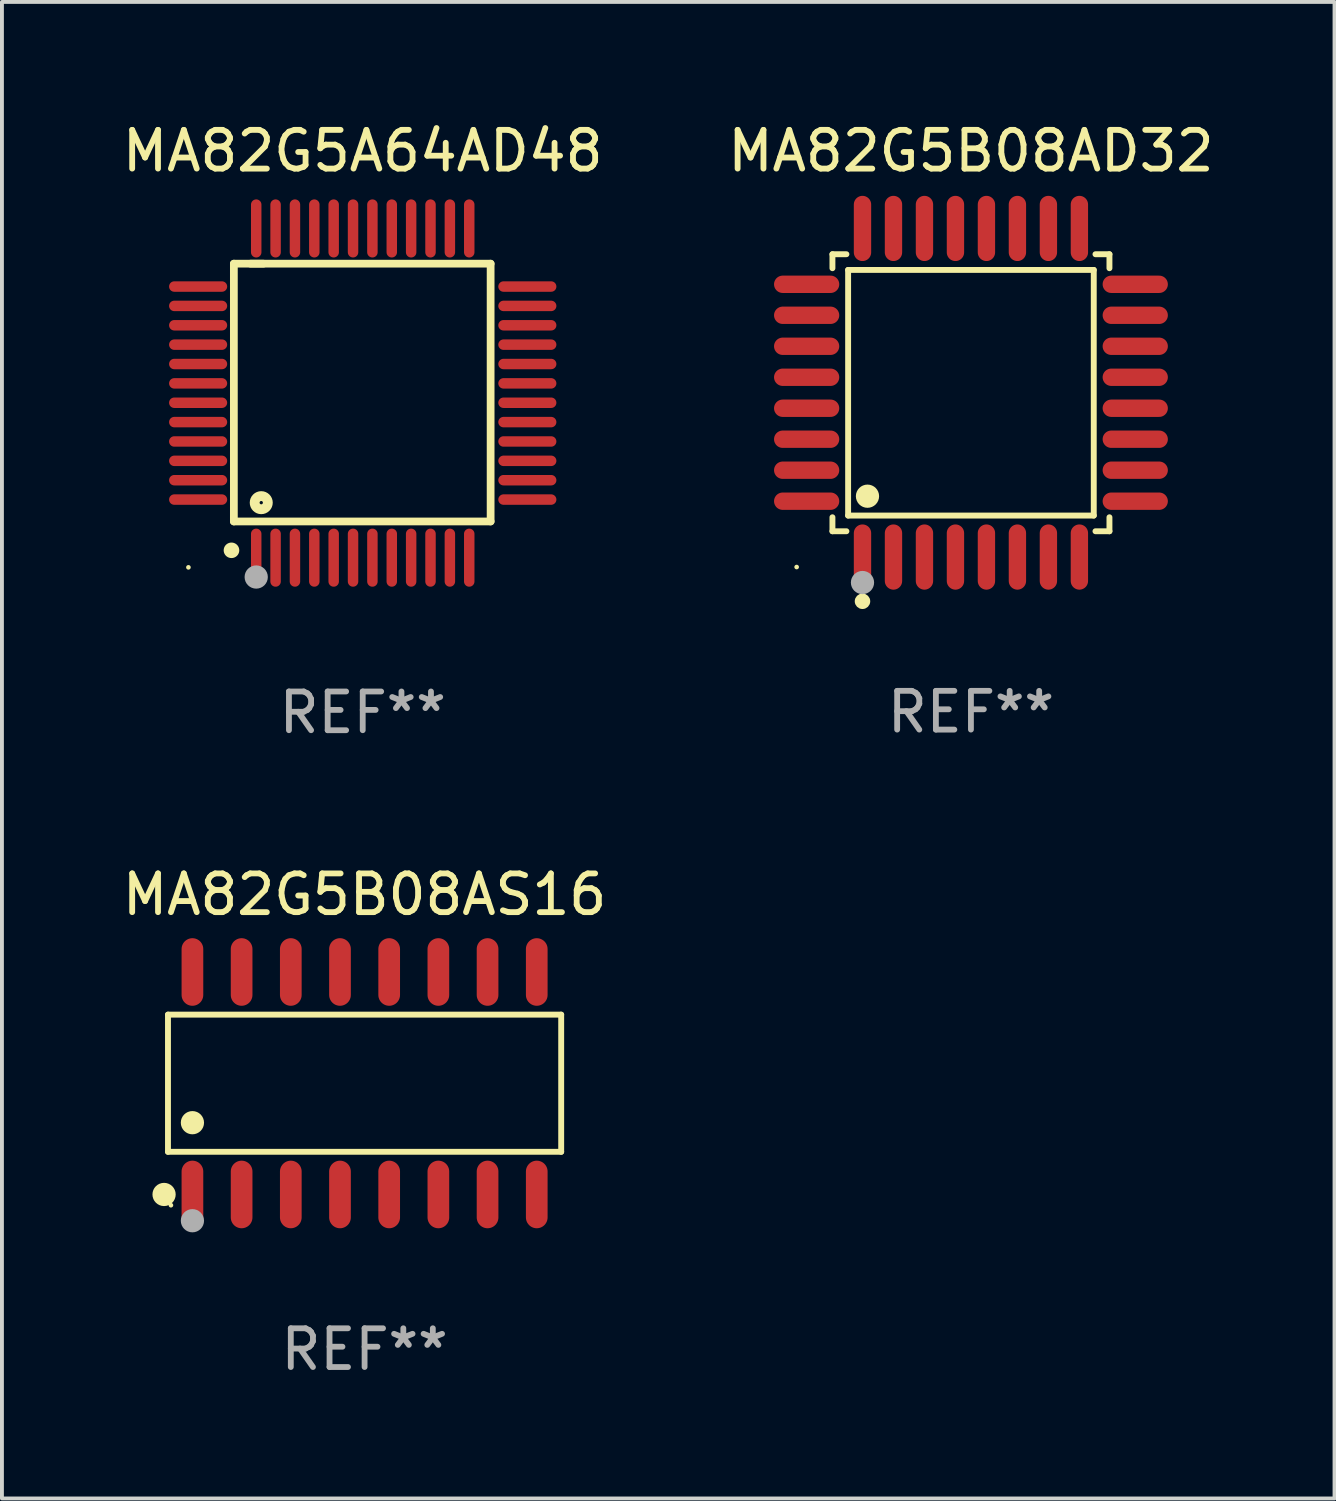
<source format=kicad_pcb>
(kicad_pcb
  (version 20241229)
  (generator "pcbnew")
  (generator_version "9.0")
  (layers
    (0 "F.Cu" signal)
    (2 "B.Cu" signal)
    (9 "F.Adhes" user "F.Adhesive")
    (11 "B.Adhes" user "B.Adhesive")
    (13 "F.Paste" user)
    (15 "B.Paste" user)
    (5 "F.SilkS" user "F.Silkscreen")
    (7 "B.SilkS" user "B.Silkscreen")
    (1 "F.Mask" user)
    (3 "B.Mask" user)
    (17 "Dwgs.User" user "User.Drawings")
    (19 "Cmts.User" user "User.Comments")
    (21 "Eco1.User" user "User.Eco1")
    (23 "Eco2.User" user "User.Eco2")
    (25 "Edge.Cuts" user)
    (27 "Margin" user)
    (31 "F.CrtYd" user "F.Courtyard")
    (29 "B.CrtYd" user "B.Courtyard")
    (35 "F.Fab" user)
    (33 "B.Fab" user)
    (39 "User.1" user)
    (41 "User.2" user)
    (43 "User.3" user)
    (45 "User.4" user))
  (footprint "MA82G5A64AD48"
    (layer "F.Cu")
    (at 6.315 7.098)
    (property "Reference" "MA82G5A64AD48" (at 0 -6.25 0) (layer "F.SilkS") (effects (font (size 1 1) (thickness 0.15))))
    (attr through_hole)
    (fp_line (start -3.327 -3.34) (end -2.565 -3.34) (stroke (width 0.2) (type solid)) (layer "F.SilkS"))
    (fp_line (start -3.327 3.315) (end -3.327 -3.34) (stroke (width 0.2) (type solid)) (layer "F.SilkS"))
    (fp_line (start -2.896 -3.34) (end 3.302 -3.34) (stroke (width 0.2) (type solid)) (layer "F.SilkS"))
    (fp_line (start 3.302 -3.34) (end 3.302 3.315) (stroke (width 0.2) (type solid)) (layer "F.SilkS"))
    (fp_line (start 3.302 3.315) (end -3.327 3.315) (stroke (width 0.2) (type solid)) (layer "F.SilkS"))
    (fp_arc (start -3.389992 4.059995) (mid -3.388722 4.059991) (end -3.387452 4.059995) (stroke (width 0.4) (type solid)) (layer "F.SilkS"))
    (fp_circle (center -4.5 4.5) (end -4.47 4.5) (stroke (width 0.06) (type solid)) (fill no) (layer "F.SilkS"))
    (fp_circle (center -2.62 2.83) (end -2.45 2.83) (stroke (width 0.254) (type solid)) (fill no) (layer "F.SilkS"))
    (fp_circle (center -2.75 4.75) (end -2.6 4.75) (stroke (width 0.3) (type solid)) (fill no) (layer "F.Fab"))
    (fp_text user "REF**" (at 0 8.25 0) (layer "F.Fab") (effects (font (size 1 1) (thickness 0.15))))
    (pad "1" smd oval (at -2.75 4.25) (size 0.27 1.5) (layers "F.Cu" "F.Mask" "F.Paste"))
    (pad "2" smd oval (at -2.25 4.25) (size 0.27 1.5) (layers "F.Cu" "F.Mask" "F.Paste"))
    (pad "3" smd oval (at -1.75 4.25) (size 0.27 1.5) (layers "F.Cu" "F.Mask" "F.Paste"))
    (pad "4" smd oval (at -1.25 4.25) (size 0.27 1.5) (layers "F.Cu" "F.Mask" "F.Paste"))
    (pad "5" smd oval (at -0.75 4.25) (size 0.27 1.5) (layers "F.Cu" "F.Mask" "F.Paste"))
    (pad "6" smd oval (at -0.25 4.25) (size 0.27 1.5) (layers "F.Cu" "F.Mask" "F.Paste"))
    (pad "7" smd oval (at 0.25 4.25) (size 0.27 1.5) (layers "F.Cu" "F.Mask" "F.Paste"))
    (pad "8" smd oval (at 0.75 4.25) (size 0.27 1.5) (layers "F.Cu" "F.Mask" "F.Paste"))
    (pad "9" smd oval (at 1.25 4.25) (size 0.27 1.5) (layers "F.Cu" "F.Mask" "F.Paste"))
    (pad "10" smd oval (at 1.75 4.25) (size 0.27 1.5) (layers "F.Cu" "F.Mask" "F.Paste"))
    (pad "11" smd oval (at 2.25 4.25) (size 0.27 1.5) (layers "F.Cu" "F.Mask" "F.Paste"))
    (pad "12" smd oval (at 2.75 4.25) (size 0.27 1.5) (layers "F.Cu" "F.Mask" "F.Paste"))
    (pad "13" smd oval (at 4.25 2.75) (size 1.5 0.27) (layers "F.Cu" "F.Mask" "F.Paste"))
    (pad "14" smd oval (at 4.25 2.25) (size 1.5 0.27) (layers "F.Cu" "F.Mask" "F.Paste"))
    (pad "15" smd oval (at 4.25 1.75) (size 1.5 0.27) (layers "F.Cu" "F.Mask" "F.Paste"))
    (pad "16" smd oval (at 4.25 1.25) (size 1.5 0.27) (layers "F.Cu" "F.Mask" "F.Paste"))
    (pad "17" smd oval (at 4.25 0.75) (size 1.5 0.27) (layers "F.Cu" "F.Mask" "F.Paste"))
    (pad "18" smd oval (at 4.25 0.25) (size 1.5 0.27) (layers "F.Cu" "F.Mask" "F.Paste"))
    (pad "19" smd oval (at 4.25 -0.25) (size 1.5 0.27) (layers "F.Cu" "F.Mask" "F.Paste"))
    (pad "20" smd oval (at 4.25 -0.75) (size 1.5 0.27) (layers "F.Cu" "F.Mask" "F.Paste"))
    (pad "21" smd oval (at 4.25 -1.25) (size 1.5 0.27) (layers "F.Cu" "F.Mask" "F.Paste"))
    (pad "22" smd oval (at 4.25 -1.75) (size 1.5 0.27) (layers "F.Cu" "F.Mask" "F.Paste"))
    (pad "23" smd oval (at 4.25 -2.25) (size 1.5 0.27) (layers "F.Cu" "F.Mask" "F.Paste"))
    (pad "24" smd oval (at 4.25 -2.75) (size 1.5 0.27) (layers "F.Cu" "F.Mask" "F.Paste"))
    (pad "25" smd oval (at 2.75 -4.25) (size 0.27 1.5) (layers "F.Cu" "F.Mask" "F.Paste"))
    (pad "26" smd oval (at 2.25 -4.25) (size 0.27 1.5) (layers "F.Cu" "F.Mask" "F.Paste"))
    (pad "27" smd oval (at 1.75 -4.25) (size 0.27 1.5) (layers "F.Cu" "F.Mask" "F.Paste"))
    (pad "28" smd oval (at 1.25 -4.25) (size 0.27 1.5) (layers "F.Cu" "F.Mask" "F.Paste"))
    (pad "29" smd oval (at 0.75 -4.25) (size 0.27 1.5) (layers "F.Cu" "F.Mask" "F.Paste"))
    (pad "30" smd oval (at 0.25 -4.25) (size 0.27 1.5) (layers "F.Cu" "F.Mask" "F.Paste"))
    (pad "31" smd oval (at -0.25 -4.25) (size 0.27 1.5) (layers "F.Cu" "F.Mask" "F.Paste"))
    (pad "32" smd oval (at -0.75 -4.25) (size 0.27 1.5) (layers "F.Cu" "F.Mask" "F.Paste"))
    (pad "33" smd oval (at -1.25 -4.25) (size 0.27 1.5) (layers "F.Cu" "F.Mask" "F.Paste"))
    (pad "34" smd oval (at -1.75 -4.25) (size 0.27 1.5) (layers "F.Cu" "F.Mask" "F.Paste"))
    (pad "35" smd oval (at -2.25 -4.25) (size 0.27 1.5) (layers "F.Cu" "F.Mask" "F.Paste"))
    (pad "36" smd oval (at -2.75 -4.25) (size 0.27 1.5) (layers "F.Cu" "F.Mask" "F.Paste"))
    (pad "37" smd oval (at -4.25 -2.75) (size 1.5 0.27) (layers "F.Cu" "F.Mask" "F.Paste"))
    (pad "38" smd oval (at -4.25 -2.25) (size 1.5 0.27) (layers "F.Cu" "F.Mask" "F.Paste"))
    (pad "39" smd oval (at -4.25 -1.75) (size 1.5 0.27) (layers "F.Cu" "F.Mask" "F.Paste"))
    (pad "40" smd oval (at -4.25 -1.25) (size 1.5 0.27) (layers "F.Cu" "F.Mask" "F.Paste"))
    (pad "41" smd oval (at -4.25 -0.75) (size 1.5 0.27) (layers "F.Cu" "F.Mask" "F.Paste"))
    (pad "42" smd oval (at -4.25 -0.25) (size 1.5 0.27) (layers "F.Cu" "F.Mask" "F.Paste"))
    (pad "43" smd oval (at -4.25 0.25) (size 1.5 0.27) (layers "F.Cu" "F.Mask" "F.Paste"))
    (pad "44" smd oval (at -4.25 0.75) (size 1.5 0.27) (layers "F.Cu" "F.Mask" "F.Paste"))
    (pad "45" smd oval (at -4.25 1.25) (size 1.5 0.27) (layers "F.Cu" "F.Mask" "F.Paste"))
    (pad "46" smd oval (at -4.25 1.75) (size 1.5 0.27) (layers "F.Cu" "F.Mask" "F.Paste"))
    (pad "47" smd oval (at -4.25 2.25) (size 1.5 0.27) (layers "F.Cu" "F.Mask" "F.Paste"))
    (pad "48" smd oval (at -4.25 2.75) (size 1.5 0.27) (layers "F.Cu" "F.Mask" "F.Paste")))
  (footprint "MA82G5B08AS16"
    (layer "F.Cu")
    (at 6.363 24.917)
    (property "Reference" "MA82G5B08AS16" (at 0 -4.872 0) (layer "F.SilkS") (effects (font (size 1 1) (thickness 0.15))))
    (attr through_hole)
    (fp_line (start -5.076 -1.771) (end 5.076 -1.771) (stroke (width 0.152) (type solid)) (layer "F.SilkS"))
    (fp_line (start -5.076 1.771) (end -5.076 -1.771) (stroke (width 0.152) (type solid)) (layer "F.SilkS"))
    (fp_line (start 5.076 -1.771) (end 5.076 1.771) (stroke (width 0.152) (type solid)) (layer "F.SilkS"))
    (fp_line (start 5.076 1.771) (end -5.076 1.771) (stroke (width 0.152) (type solid)) (layer "F.SilkS"))
    (fp_circle (center -5.177 2.872) (end -5.027 2.872) (stroke (width 0.3) (type solid)) (fill no) (layer "F.SilkS"))
    (fp_circle (center -5 3.15) (end -4.97 3.15) (stroke (width 0.06) (type solid)) (fill no) (layer "F.SilkS"))
    (fp_circle (center -4.445 1.019) (end -4.295 1.019) (stroke (width 0.3) (type solid)) (fill no) (layer "F.SilkS"))
    (fp_circle (center -4.445 3.55) (end -4.295 3.55) (stroke (width 0.3) (type solid)) (fill no) (layer "F.Fab"))
    (fp_text user "REF**" (at 0 6.872 0) (layer "F.Fab") (effects (font (size 1 1) (thickness 0.15))))
    (pad "1" smd oval (at -4.445 2.872) (size 0.56 1.745) (layers "F.Cu" "F.Mask" "F.Paste"))
    (pad "2" smd oval (at -3.175 2.872) (size 0.56 1.745) (layers "F.Cu" "F.Mask" "F.Paste"))
    (pad "3" smd oval (at -1.905 2.872) (size 0.56 1.745) (layers "F.Cu" "F.Mask" "F.Paste"))
    (pad "4" smd oval (at -0.635 2.872) (size 0.56 1.745) (layers "F.Cu" "F.Mask" "F.Paste"))
    (pad "5" smd oval (at 0.635 2.872) (size 0.56 1.745) (layers "F.Cu" "F.Mask" "F.Paste"))
    (pad "6" smd oval (at 1.905 2.872) (size 0.56 1.745) (layers "F.Cu" "F.Mask" "F.Paste"))
    (pad "7" smd oval (at 3.175 2.872) (size 0.56 1.745) (layers "F.Cu" "F.Mask" "F.Paste"))
    (pad "8" smd oval (at 4.445 2.872) (size 0.56 1.745) (layers "F.Cu" "F.Mask" "F.Paste"))
    (pad "9" smd oval (at 4.445 -2.872) (size 0.56 1.745) (layers "F.Cu" "F.Mask" "F.Paste"))
    (pad "10" smd oval (at 3.175 -2.872) (size 0.56 1.745) (layers "F.Cu" "F.Mask" "F.Paste"))
    (pad "11" smd oval (at 1.905 -2.872) (size 0.56 1.745) (layers "F.Cu" "F.Mask" "F.Paste"))
    (pad "12" smd oval (at 0.635 -2.872) (size 0.56 1.745) (layers "F.Cu" "F.Mask" "F.Paste"))
    (pad "13" smd oval (at -0.635 -2.872) (size 0.56 1.745) (layers "F.Cu" "F.Mask" "F.Paste"))
    (pad "14" smd oval (at -1.905 -2.872) (size 0.56 1.745) (layers "F.Cu" "F.Mask" "F.Paste"))
    (pad "15" smd oval (at -3.175 -2.872) (size 0.56 1.745) (layers "F.Cu" "F.Mask" "F.Paste"))
    (pad "16" smd oval (at -4.445 -2.872) (size 0.56 1.745) (layers "F.Cu" "F.Mask" "F.Paste")))
  (footprint "MA82G5B08AD32"
    (layer "F.Cu")
    (at 22.018 7.09)
    (property "Reference" "MA82G5B08AD32" (at 0 -6.242 0) (layer "F.SilkS") (effects (font (size 1 1) (thickness 0.15))))
    (attr through_hole)
    (fp_line (start -3.576 -3.576) (end -3.215 -3.576) (stroke (width 0.152) (type solid)) (layer "F.SilkS"))
    (fp_line (start -3.576 -3.215) (end -3.576 -3.576) (stroke (width 0.152) (type solid)) (layer "F.SilkS"))
    (fp_line (start -3.576 3.215) (end -3.576 3.576) (stroke (width 0.152) (type solid)) (layer "F.SilkS"))
    (fp_line (start -3.576 3.576) (end -3.215 3.576) (stroke (width 0.152) (type solid)) (layer "F.SilkS"))
    (fp_line (start -3.171 -3.171) (end 3.171 -3.171) (stroke (width 0.152) (type solid)) (layer "F.SilkS"))
    (fp_line (start -3.171 3.171) (end -3.171 -3.171) (stroke (width 0.152) (type solid)) (layer "F.SilkS"))
    (fp_line (start 3.171 -3.171) (end 3.171 3.171) (stroke (width 0.152) (type solid)) (layer "F.SilkS"))
    (fp_line (start 3.171 3.171) (end -3.171 3.171) (stroke (width 0.152) (type solid)) (layer "F.SilkS"))
    (fp_line (start 3.576 -3.576) (end 3.215 -3.576) (stroke (width 0.152) (type solid)) (layer "F.SilkS"))
    (fp_line (start 3.576 -3.215) (end 3.576 -3.576) (stroke (width 0.152) (type solid)) (layer "F.SilkS"))
    (fp_line (start 3.576 3.215) (end 3.576 3.576) (stroke (width 0.152) (type solid)) (layer "F.SilkS"))
    (fp_line (start 3.576 3.576) (end 3.215 3.576) (stroke (width 0.152) (type solid)) (layer "F.SilkS"))
    (fp_circle (center -4.5 4.5) (end -4.47 4.5) (stroke (width 0.06) (type solid)) (fill no) (layer "F.SilkS"))
    (fp_circle (center -2.8 5.384) (end -2.7 5.384) (stroke (width 0.2) (type solid)) (fill no) (layer "F.SilkS"))
    (fp_circle (center -2.671 2.671) (end -2.521 2.671) (stroke (width 0.3) (type solid)) (fill no) (layer "F.SilkS"))
    (fp_circle (center -2.8 4.9) (end -2.65 4.9) (stroke (width 0.3) (type solid)) (fill no) (layer "F.Fab"))
    (fp_text user "REF**" (at 0 8.242 0) (layer "F.Fab") (effects (font (size 1 1) (thickness 0.15))))
    (pad "1" smd oval (at -2.8 4.242) (size 0.448 1.684) (layers "F.Cu" "F.Mask" "F.Paste"))
    (pad "2" smd oval (at -2 4.242) (size 0.448 1.684) (layers "F.Cu" "F.Mask" "F.Paste"))
    (pad "3" smd oval (at -1.2 4.242) (size 0.448 1.684) (layers "F.Cu" "F.Mask" "F.Paste"))
    (pad "4" smd oval (at -0.4 4.242) (size 0.448 1.684) (layers "F.Cu" "F.Mask" "F.Paste"))
    (pad "5" smd oval (at 0.4 4.242) (size 0.448 1.684) (layers "F.Cu" "F.Mask" "F.Paste"))
    (pad "6" smd oval (at 1.2 4.242) (size 0.448 1.684) (layers "F.Cu" "F.Mask" "F.Paste"))
    (pad "7" smd oval (at 2 4.242) (size 0.448 1.684) (layers "F.Cu" "F.Mask" "F.Paste"))
    (pad "8" smd oval (at 2.8 4.242) (size 0.448 1.684) (layers "F.Cu" "F.Mask" "F.Paste"))
    (pad "9" smd oval (at 4.242 2.8) (size 1.684 0.448) (layers "F.Cu" "F.Mask" "F.Paste"))
    (pad "10" smd oval (at 4.242 2) (size 1.684 0.448) (layers "F.Cu" "F.Mask" "F.Paste"))
    (pad "11" smd oval (at 4.242 1.2) (size 1.684 0.448) (layers "F.Cu" "F.Mask" "F.Paste"))
    (pad "12" smd oval (at 4.242 0.4) (size 1.684 0.448) (layers "F.Cu" "F.Mask" "F.Paste"))
    (pad "13" smd oval (at 4.242 -0.4) (size 1.684 0.448) (layers "F.Cu" "F.Mask" "F.Paste"))
    (pad "14" smd oval (at 4.242 -1.2) (size 1.684 0.448) (layers "F.Cu" "F.Mask" "F.Paste"))
    (pad "15" smd oval (at 4.242 -2) (size 1.684 0.448) (layers "F.Cu" "F.Mask" "F.Paste"))
    (pad "16" smd oval (at 4.242 -2.8) (size 1.684 0.448) (layers "F.Cu" "F.Mask" "F.Paste"))
    (pad "17" smd oval (at 2.8 -4.242) (size 0.448 1.684) (layers "F.Cu" "F.Mask" "F.Paste"))
    (pad "18" smd oval (at 2 -4.242) (size 0.448 1.684) (layers "F.Cu" "F.Mask" "F.Paste"))
    (pad "19" smd oval (at 1.2 -4.242) (size 0.448 1.684) (layers "F.Cu" "F.Mask" "F.Paste"))
    (pad "20" smd oval (at 0.4 -4.242) (size 0.448 1.684) (layers "F.Cu" "F.Mask" "F.Paste"))
    (pad "21" smd oval (at -0.4 -4.242) (size 0.448 1.684) (layers "F.Cu" "F.Mask" "F.Paste"))
    (pad "22" smd oval (at -1.2 -4.242) (size 0.448 1.684) (layers "F.Cu" "F.Mask" "F.Paste"))
    (pad "23" smd oval (at -2 -4.242) (size 0.448 1.684) (layers "F.Cu" "F.Mask" "F.Paste"))
    (pad "24" smd oval (at -2.8 -4.242) (size 0.448 1.684) (layers "F.Cu" "F.Mask" "F.Paste"))
    (pad "25" smd oval (at -4.242 -2.8) (size 1.684 0.448) (layers "F.Cu" "F.Mask" "F.Paste"))
    (pad "26" smd oval (at -4.242 -2) (size 1.684 0.448) (layers "F.Cu" "F.Mask" "F.Paste"))
    (pad "27" smd oval (at -4.242 -1.2) (size 1.684 0.448) (layers "F.Cu" "F.Mask" "F.Paste"))
    (pad "28" smd oval (at -4.242 -0.4) (size 1.684 0.448) (layers "F.Cu" "F.Mask" "F.Paste"))
    (pad "29" smd oval (at -4.242 0.4) (size 1.684 0.448) (layers "F.Cu" "F.Mask" "F.Paste"))
    (pad "30" smd oval (at -4.242 1.2) (size 1.684 0.448) (layers "F.Cu" "F.Mask" "F.Paste"))
    (pad "31" smd oval (at -4.242 2) (size 1.684 0.448) (layers "F.Cu" "F.Mask" "F.Paste"))
    (pad "32" smd oval (at -4.242 2.8) (size 1.684 0.448) (layers "F.Cu" "F.Mask" "F.Paste")))
  (gr_rect
    (start -3 -3)
    (end 31.405 35.638)
    (stroke (width 0.1) (type default))
    (fill no)
    (layer "Edge.Cuts")))
</source>
